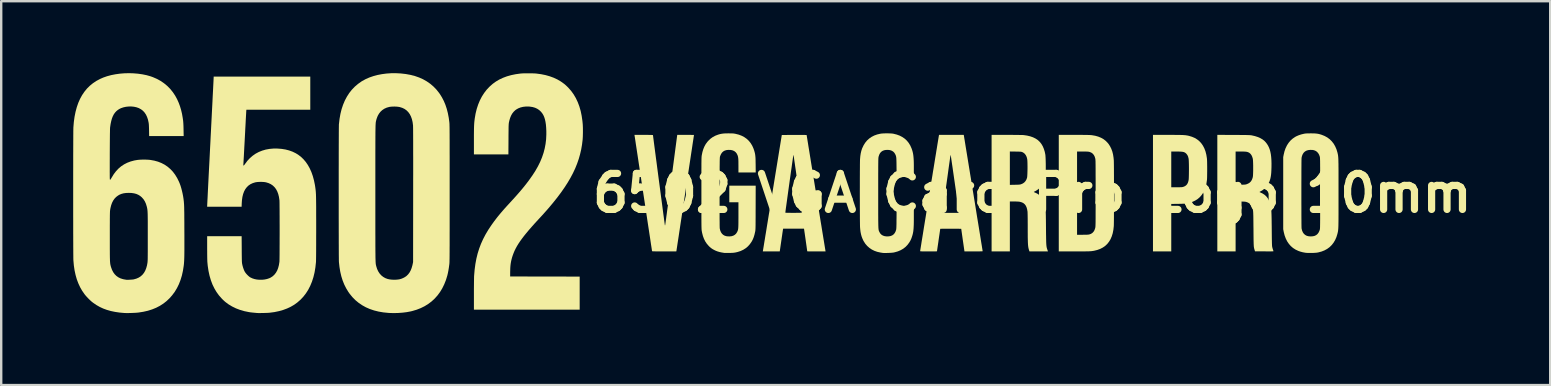
<source format=kicad_pcb>
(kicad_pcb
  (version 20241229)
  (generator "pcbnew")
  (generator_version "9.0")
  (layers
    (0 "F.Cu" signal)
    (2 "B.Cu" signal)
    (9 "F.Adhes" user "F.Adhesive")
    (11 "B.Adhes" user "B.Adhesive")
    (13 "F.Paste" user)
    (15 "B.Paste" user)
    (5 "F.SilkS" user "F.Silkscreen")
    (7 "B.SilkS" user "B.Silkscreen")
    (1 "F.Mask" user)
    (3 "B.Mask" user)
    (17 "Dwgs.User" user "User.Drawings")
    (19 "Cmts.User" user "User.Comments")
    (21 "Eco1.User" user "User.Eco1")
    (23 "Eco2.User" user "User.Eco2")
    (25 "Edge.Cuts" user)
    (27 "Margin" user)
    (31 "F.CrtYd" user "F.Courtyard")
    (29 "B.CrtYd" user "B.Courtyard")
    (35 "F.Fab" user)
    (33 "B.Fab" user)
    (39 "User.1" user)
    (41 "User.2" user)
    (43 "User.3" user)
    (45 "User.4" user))
  (footprint "6502 VGA Card Pro Logo 10mm"
    (layer "F.Cu")
    (at 39.974 5)
    (property "Reference" "6502 VGA Card Pro Logo 10mm" (at 0 0 0) (layer "F.SilkS") (effects (font (size 1.5 1.5) (thickness 0.3))))
    (attr board_only exclude_from_pos_files exclude_from_bom)
    (fp_poly (pts (xy 5.654 -2.428) (xy 5.781 -2.428) (xy 5.892 -2.428) (xy 5.989 -2.427) (xy 6.074 -2.427) (xy 6.146 -2.426) (xy 6.209 -2.424) (xy 6.263 -2.423) (xy 6.309 -2.42) (xy 6.35 -2.417) (xy 6.386 -2.414) (xy 6.418 -2.409) (xy 6.449 -2.404) (xy 6.479 -2.399) (xy 6.51 -2.392) (xy 6.531 -2.387) (xy 6.656 -2.349) (xy 6.771 -2.3) (xy 6.874 -2.237) (xy 6.965 -2.163) (xy 7.045 -2.076) (xy 7.114 -1.976) (xy 7.172 -1.864) (xy 7.219 -1.739) (xy 7.254 -1.601) (xy 7.278 -1.451) (xy 7.28 -1.428) (xy 7.282 -1.402) (xy 7.284 -1.36) (xy 7.286 -1.307) (xy 7.287 -1.244) (xy 7.288 -1.173) (xy 7.289 -1.096) (xy 7.289 -1.017) (xy 7.289 -0.99) (xy 7.289 -0.91) (xy 7.288 -0.833) (xy 7.287 -0.76) (xy 7.286 -0.693) (xy 7.285 -0.636) (xy 7.283 -0.591) (xy 7.281 -0.559) (xy 7.28 -0.552) (xy 7.258 -0.4) (xy 7.225 -0.261) (xy 7.18 -0.135) (xy 7.125 -0.021) (xy 7.058 0.08) (xy 6.98 0.169) (xy 6.891 0.245) (xy 6.79 0.309) (xy 6.678 0.361) (xy 6.6 0.388) (xy 6.553 0.402) (xy 6.51 0.413) (xy 6.468 0.422) (xy 6.424 0.43) (xy 6.377 0.435) (xy 6.323 0.439) (xy 6.261 0.442) (xy 6.187 0.444) (xy 6.099 0.446) (xy 6.073 0.446) (xy 5.792 0.45) (xy 5.792 1.439) (xy 5.792 2.428) (xy 5.411 2.428) (xy 5.03 2.428) (xy 5.03 0) (xy 5.03 -0.99) (xy 5.792 -0.99) (xy 5.792 -0.245) (xy 6.015 -0.245) (xy 6.084 -0.245) (xy 6.139 -0.246) (xy 6.181 -0.247) (xy 6.214 -0.248) (xy 6.24 -0.251) (xy 6.261 -0.254) (xy 6.279 -0.258) (xy 6.292 -0.262) (xy 6.357 -0.288) (xy 6.409 -0.324) (xy 6.451 -0.37) (xy 6.483 -0.429) (xy 6.506 -0.5) (xy 6.515 -0.544) (xy 6.519 -0.573) (xy 6.522 -0.616) (xy 6.524 -0.672) (xy 6.526 -0.738) (xy 6.527 -0.811) (xy 6.528 -0.89) (xy 6.529 -0.971) (xy 6.529 -1.053) (xy 6.528 -1.133) (xy 6.527 -1.209) (xy 6.525 -1.279) (xy 6.523 -1.34) (xy 6.52 -1.389) (xy 6.517 -1.426) (xy 6.515 -1.437) (xy 6.495 -1.518) (xy 6.465 -1.585) (xy 6.425 -1.638) (xy 6.424 -1.64) (xy 6.397 -1.665) (xy 6.371 -1.685) (xy 6.342 -1.701) (xy 6.309 -1.713) (xy 6.269 -1.722) (xy 6.22 -1.728) (xy 6.16 -1.732) (xy 6.088 -1.734) (xy 6.008 -1.735) (xy 5.792 -1.735) (xy 5.792 -0.99) (xy 5.03 -0.99) (xy 5.03 -2.428)) (stroke (width 0) (type solid)) (fill yes) (layer "F.SilkS"))
    (fp_poly (pts (xy 1.867 -2.428) (xy 1.978 -2.428) (xy 2.073 -2.428) (xy 2.156 -2.427) (xy 2.227 -2.426) (xy 2.287 -2.426) (xy 2.337 -2.424) (xy 2.38 -2.423) (xy 2.415 -2.421) (xy 2.444 -2.419) (xy 2.469 -2.417) (xy 2.48 -2.416) (xy 2.621 -2.392) (xy 2.749 -2.356) (xy 2.865 -2.308) (xy 2.97 -2.249) (xy 3.063 -2.177) (xy 3.144 -2.093) (xy 3.174 -2.056) (xy 3.238 -1.959) (xy 3.291 -1.854) (xy 3.334 -1.739) (xy 3.366 -1.613) (xy 3.387 -1.476) (xy 3.397 -1.373) (xy 3.398 -1.348) (xy 3.399 -1.306) (xy 3.4 -1.248) (xy 3.401 -1.176) (xy 3.402 -1.09) (xy 3.403 -0.991) (xy 3.403 -0.879) (xy 3.404 -0.756) (xy 3.404 -0.621) (xy 3.405 -0.477) (xy 3.405 -0.323) (xy 3.405 -0.16) (xy 3.405 0) (xy 3.405 0.17) (xy 3.405 0.332) (xy 3.405 0.486) (xy 3.404 0.63) (xy 3.404 0.763) (xy 3.403 0.886) (xy 3.403 0.997) (xy 3.402 1.096) (xy 3.401 1.181) (xy 3.4 1.252) (xy 3.399 1.309) (xy 3.398 1.35) (xy 3.397 1.373) (xy 3.38 1.528) (xy 3.352 1.671) (xy 3.312 1.801) (xy 3.261 1.919) (xy 3.198 2.024) (xy 3.124 2.118) (xy 3.038 2.199) (xy 2.94 2.267) (xy 2.83 2.324) (xy 2.709 2.368) (xy 2.576 2.401) (xy 2.48 2.416) (xy 2.457 2.418) (xy 2.43 2.42) (xy 2.398 2.422) (xy 2.359 2.424) (xy 2.313 2.425) (xy 2.258 2.426) (xy 2.193 2.427) (xy 2.116 2.427) (xy 2.027 2.428) (xy 1.924 2.428) (xy 1.806 2.428) (xy 1.741 2.428) (xy 1.104 2.428) (xy 1.104 0) (xy 1.866 0) (xy 1.866 1.735) (xy 2.095 1.735) (xy 2.17 1.734) (xy 2.229 1.734) (xy 2.277 1.732) (xy 2.314 1.73) (xy 2.342 1.727) (xy 2.365 1.724) (xy 2.376 1.721) (xy 2.446 1.696) (xy 2.505 1.658) (xy 2.553 1.608) (xy 2.591 1.545) (xy 2.618 1.469) (xy 2.625 1.441) (xy 2.627 1.431) (xy 2.629 1.42) (xy 2.63 1.407) (xy 2.632 1.391) (xy 2.633 1.371) (xy 2.634 1.346) (xy 2.635 1.316) (xy 2.636 1.28) (xy 2.637 1.236) (xy 2.638 1.185) (xy 2.638 1.125) (xy 2.639 1.055) (xy 2.639 0.976) (xy 2.639 0.885) (xy 2.639 0.782) (xy 2.64 0.667) (xy 2.64 0.538) (xy 2.64 0.395) (xy 2.64 0.237) (xy 2.64 0.064) (xy 2.64 0) (xy 2.64 -0.179) (xy 2.64 -0.343) (xy 2.64 -0.491) (xy 2.64 -0.624) (xy 2.639 -0.744) (xy 2.639 -0.851) (xy 2.639 -0.946) (xy 2.639 -1.029) (xy 2.638 -1.102) (xy 2.638 -1.165) (xy 2.637 -1.219) (xy 2.636 -1.265) (xy 2.636 -1.304) (xy 2.635 -1.336) (xy 2.633 -1.363) (xy 2.632 -1.385) (xy 2.631 -1.402) (xy 2.629 -1.416) (xy 2.628 -1.428) (xy 2.626 -1.438) (xy 2.625 -1.441) (xy 2.601 -1.522) (xy 2.566 -1.589) (xy 2.522 -1.643) (xy 2.467 -1.685) (xy 2.4 -1.714) (xy 2.376 -1.721) (xy 2.356 -1.725) (xy 2.331 -1.729) (xy 2.299 -1.731) (xy 2.258 -1.733) (xy 2.205 -1.734) (xy 2.139 -1.734) (xy 2.095 -1.735) (xy 1.866 -1.735) (xy 1.866 0) (xy 1.104 0) (xy 1.104 -2.428) (xy 1.741 -2.428)) (stroke (width 0) (type solid)) (fill yes) (layer "F.SilkS"))
    (fp_poly (pts (xy -16.101 -2.428) (xy -16.022 -2.428) (xy -15.958 -2.427) (xy -15.907 -2.427) (xy -15.868 -2.425) (xy -15.84 -2.424) (xy -15.822 -2.422) (xy -15.812 -2.42) (xy -15.81 -2.418) (xy -15.809 -2.408) (xy -15.805 -2.383) (xy -15.8 -2.342) (xy -15.793 -2.288) (xy -15.784 -2.221) (xy -15.774 -2.141) (xy -15.762 -2.05) (xy -15.749 -1.949) (xy -15.734 -1.838) (xy -15.719 -1.719) (xy -15.702 -1.593) (xy -15.685 -1.46) (xy -15.666 -1.321) (xy -15.647 -1.177) (xy -15.628 -1.029) (xy -15.608 -0.879) (xy -15.588 -0.726) (xy -15.568 -0.573) (xy -15.547 -0.419) (xy -15.527 -0.265) (xy -15.507 -0.114) (xy -15.487 0.035) (xy -15.468 0.18) (xy -15.449 0.321) (xy -15.431 0.457) (xy -15.414 0.587) (xy -15.398 0.709) (xy -15.383 0.823) (xy -15.369 0.928) (xy -15.356 1.023) (xy -15.345 1.108) (xy -15.335 1.18) (xy -15.327 1.24) (xy -15.32 1.286) (xy -15.316 1.318) (xy -15.314 1.334) (xy -15.313 1.336) (xy -15.307 1.343) (xy -15.303 1.34) (xy -15.301 1.331) (xy -15.297 1.306) (xy -15.291 1.266) (xy -15.283 1.211) (xy -15.274 1.143) (xy -15.262 1.061) (xy -15.25 0.967) (xy -15.235 0.862) (xy -15.22 0.746) (xy -15.203 0.62) (xy -15.184 0.485) (xy -15.165 0.341) (xy -15.145 0.189) (xy -15.124 0.031) (xy -15.102 -0.134) (xy -15.079 -0.304) (xy -15.056 -0.479) (xy -15.047 -0.548) (xy -14.798 -2.428) (xy -14.449 -2.428) (xy -14.374 -2.428) (xy -14.305 -2.428) (xy -14.243 -2.428) (xy -14.19 -2.427) (xy -14.147 -2.427) (xy -14.117 -2.426) (xy -14.102 -2.426) (xy -14.1 -2.425) (xy -14.102 -2.416) (xy -14.105 -2.392) (xy -14.111 -2.352) (xy -14.119 -2.298) (xy -14.129 -2.23) (xy -14.142 -2.149) (xy -14.156 -2.057) (xy -14.171 -1.954) (xy -14.188 -1.84) (xy -14.207 -1.717) (xy -14.227 -1.585) (xy -14.248 -1.445) (xy -14.27 -1.299) (xy -14.293 -1.146) (xy -14.317 -0.987) (xy -14.342 -0.824) (xy -14.367 -0.657) (xy -14.393 -0.487) (xy -14.419 -0.315) (xy -14.445 -0.141) (xy -14.472 0.033) (xy -14.498 0.207) (xy -14.524 0.38) (xy -14.55 0.552) (xy -14.576 0.72) (xy -14.601 0.885) (xy -14.625 1.046) (xy -14.649 1.202) (xy -14.672 1.353) (xy -14.693 1.496) (xy -14.714 1.632) (xy -14.733 1.76) (xy -14.751 1.879) (xy -14.768 1.988) (xy -14.783 2.086) (xy -14.796 2.173) (xy -14.807 2.247) (xy -14.817 2.309) (xy -14.824 2.356) (xy -14.829 2.389) (xy -14.832 2.407) (xy -14.832 2.409) (xy -14.837 2.428) (xy -15.34 2.428) (xy -15.45 2.428) (xy -15.543 2.428) (xy -15.622 2.428) (xy -15.687 2.427) (xy -15.739 2.426) (xy -15.78 2.425) (xy -15.81 2.424) (xy -15.83 2.422) (xy -15.842 2.42) (xy -15.847 2.418) (xy -15.847 2.418) (xy -15.849 2.409) (xy -15.853 2.383) (xy -15.859 2.343) (xy -15.867 2.287) (xy -15.878 2.218) (xy -15.891 2.135) (xy -15.905 2.04) (xy -15.921 1.932) (xy -15.939 1.813) (xy -15.959 1.683) (xy -15.98 1.543) (xy -16.003 1.394) (xy -16.027 1.236) (xy -16.052 1.07) (xy -16.078 0.897) (xy -16.105 0.717) (xy -16.133 0.531) (xy -16.162 0.339) (xy -16.192 0.143) (xy -16.211 0.017) (xy -16.241 -0.182) (xy -16.271 -0.377) (xy -16.299 -0.567) (xy -16.327 -0.752) (xy -16.354 -0.93) (xy -16.38 -1.102) (xy -16.405 -1.266) (xy -16.428 -1.421) (xy -16.45 -1.568) (xy -16.471 -1.705) (xy -16.49 -1.832) (xy -16.508 -1.948) (xy -16.524 -2.052) (xy -16.537 -2.144) (xy -16.549 -2.223) (xy -16.559 -2.288) (xy -16.567 -2.34) (xy -16.573 -2.376) (xy -16.576 -2.396) (xy -16.576 -2.401) (xy -16.581 -2.428) (xy -16.195 -2.428)) (stroke (width 0) (type solid)) (fill yes) (layer "F.SilkS"))
    (fp_poly (pts (xy -0.952 -2.428) (xy -0.841 -2.428) (xy -0.738 -2.427) (xy -0.645 -2.426) (xy -0.563 -2.425) (xy -0.492 -2.424) (xy -0.435 -2.423) (xy -0.392 -2.422) (xy -0.365 -2.42) (xy -0.361 -2.42) (xy -0.217 -2.399) (xy -0.087 -2.368) (xy 0.031 -2.327) (xy 0.135 -2.276) (xy 0.227 -2.214) (xy 0.308 -2.14) (xy 0.377 -2.054) (xy 0.435 -1.957) (xy 0.482 -1.846) (xy 0.52 -1.723) (xy 0.542 -1.616) (xy 0.547 -1.583) (xy 0.55 -1.536) (xy 0.554 -1.476) (xy 0.557 -1.408) (xy 0.559 -1.333) (xy 0.561 -1.254) (xy 0.562 -1.174) (xy 0.562 -1.095) (xy 0.562 -1.019) (xy 0.561 -0.95) (xy 0.559 -0.889) (xy 0.556 -0.84) (xy 0.555 -0.823) (xy 0.535 -0.688) (xy 0.505 -0.564) (xy 0.464 -0.451) (xy 0.413 -0.351) (xy 0.351 -0.263) (xy 0.289 -0.197) (xy 0.253 -0.167) (xy 0.21 -0.136) (xy 0.165 -0.106) (xy 0.123 -0.083) (xy 0.098 -0.071) (xy 0.078 -0.061) (xy 0.066 -0.052) (xy 0.065 -0.049) (xy 0.074 -0.042) (xy 0.094 -0.032) (xy 0.123 -0.019) (xy 0.129 -0.017) (xy 0.213 0.024) (xy 0.286 0.073) (xy 0.349 0.133) (xy 0.404 0.204) (xy 0.45 0.288) (xy 0.489 0.386) (xy 0.516 0.477) (xy 0.524 0.508) (xy 0.532 0.538) (xy 0.538 0.567) (xy 0.543 0.597) (xy 0.548 0.63) (xy 0.552 0.665) (xy 0.556 0.705) (xy 0.559 0.751) (xy 0.561 0.804) (xy 0.563 0.866) (xy 0.565 0.937) (xy 0.566 1.019) (xy 0.568 1.113) (xy 0.569 1.221) (xy 0.57 1.344) (xy 0.571 1.438) (xy 0.572 1.571) (xy 0.573 1.688) (xy 0.575 1.791) (xy 0.576 1.88) (xy 0.578 1.957) (xy 0.579 2.023) (xy 0.581 2.08) (xy 0.584 2.128) (xy 0.587 2.169) (xy 0.591 2.204) (xy 0.595 2.235) (xy 0.6 2.262) (xy 0.606 2.286) (xy 0.612 2.309) (xy 0.62 2.333) (xy 0.628 2.358) (xy 0.629 2.359) (xy 0.653 2.428) (xy 0.267 2.428) (xy -0.119 2.428) (xy -0.137 2.371) (xy -0.146 2.341) (xy -0.154 2.31) (xy -0.161 2.279) (xy -0.167 2.245) (xy -0.172 2.207) (xy -0.177 2.164) (xy -0.18 2.114) (xy -0.183 2.058) (xy -0.185 1.992) (xy -0.187 1.917) (xy -0.189 1.83) (xy -0.189 1.731) (xy -0.19 1.618) (xy -0.19 1.49) (xy -0.19 1.409) (xy -0.19 1.31) (xy -0.191 1.214) (xy -0.191 1.123) (xy -0.192 1.039) (xy -0.193 0.963) (xy -0.194 0.898) (xy -0.196 0.843) (xy -0.197 0.802) (xy -0.198 0.775) (xy -0.199 0.77) (xy -0.215 0.673) (xy -0.239 0.59) (xy -0.272 0.52) (xy -0.314 0.464) (xy -0.367 0.419) (xy -0.43 0.386) (xy -0.504 0.364) (xy -0.528 0.359) (xy -0.564 0.354) (xy -0.615 0.351) (xy -0.677 0.348) (xy -0.748 0.347) (xy -0.764 0.347) (xy -0.935 0.347) (xy -0.935 1.388) (xy -0.935 2.428) (xy -1.316 2.428) (xy -1.696 2.428) (xy -1.696 0) (xy -1.696 -1.04) (xy -0.935 -1.04) (xy -0.935 -0.345) (xy -0.73 -0.349) (xy -0.663 -0.35) (xy -0.61 -0.352) (xy -0.569 -0.354) (xy -0.538 -0.356) (xy -0.513 -0.36) (xy -0.492 -0.364) (xy -0.473 -0.37) (xy -0.472 -0.37) (xy -0.398 -0.401) (xy -0.337 -0.443) (xy -0.288 -0.496) (xy -0.248 -0.561) (xy -0.219 -0.639) (xy -0.215 -0.664) (xy -0.21 -0.704) (xy -0.207 -0.756) (xy -0.204 -0.817) (xy -0.202 -0.886) (xy -0.2 -0.959) (xy -0.199 -1.035) (xy -0.199 -1.111) (xy -0.2 -1.184) (xy -0.201 -1.253) (xy -0.203 -1.314) (xy -0.206 -1.366) (xy -0.21 -1.406) (xy -0.212 -1.42) (xy -0.233 -1.504) (xy -0.266 -1.575) (xy -0.308 -1.635) (xy -0.361 -1.68) (xy -0.417 -1.711) (xy -0.432 -1.716) (xy -0.447 -1.721) (xy -0.465 -1.724) (xy -0.486 -1.727) (xy -0.515 -1.729) (xy -0.552 -1.73) (xy -0.601 -1.731) (xy -0.663 -1.732) (xy -0.7 -1.733) (xy -0.935 -1.736) (xy -0.935 -1.04) (xy -1.696 -1.04) (xy -1.696 -2.428) (xy -1.07 -2.428)) (stroke (width 0) (type solid)) (fill yes) (layer "F.SilkS"))
    (fp_poly (pts (xy -9.61 -2.426) (xy -9.538 -2.426) (xy -9.482 -2.425) (xy -9.441 -2.424) (xy -9.416 -2.422) (xy -9.405 -2.42) (xy -9.404 -2.42) (xy -9.403 -2.411) (xy -9.399 -2.386) (xy -9.393 -2.346) (xy -9.384 -2.292) (xy -9.373 -2.225) (xy -9.36 -2.144) (xy -9.345 -2.052) (xy -9.329 -1.949) (xy -9.31 -1.835) (xy -9.29 -1.713) (xy -9.269 -1.581) (xy -9.246 -1.442) (xy -9.223 -1.295) (xy -9.198 -1.142) (xy -9.172 -0.984) (xy -9.146 -0.821) (xy -9.119 -0.655) (xy -9.091 -0.485) (xy -9.063 -0.313) (xy -9.035 -0.14) (xy -9.007 0.034) (xy -8.978 0.207) (xy -8.95 0.38) (xy -8.923 0.551) (xy -8.895 0.719) (xy -8.868 0.884) (xy -8.842 1.045) (xy -8.817 1.2) (xy -8.792 1.35) (xy -8.769 1.493) (xy -8.747 1.629) (xy -8.726 1.756) (xy -8.707 1.874) (xy -8.689 1.983) (xy -8.673 2.081) (xy -8.659 2.167) (xy -8.647 2.241) (xy -8.637 2.302) (xy -8.629 2.349) (xy -8.624 2.382) (xy -8.621 2.399) (xy -8.621 2.401) (xy -8.616 2.428) (xy -8.997 2.428) (xy -9.076 2.428) (xy -9.149 2.428) (xy -9.215 2.428) (xy -9.272 2.427) (xy -9.319 2.427) (xy -9.353 2.426) (xy -9.374 2.425) (xy -9.379 2.425) (xy -9.38 2.416) (xy -9.384 2.392) (xy -9.389 2.354) (xy -9.396 2.306) (xy -9.404 2.249) (xy -9.413 2.184) (xy -9.423 2.114) (xy -9.434 2.039) (xy -9.444 1.964) (xy -9.455 1.888) (xy -9.466 1.814) (xy -9.476 1.744) (xy -9.485 1.679) (xy -9.494 1.622) (xy -9.5 1.575) (xy -9.506 1.539) (xy -9.509 1.516) (xy -9.51 1.508) (xy -9.515 1.481) (xy -9.95 1.481) (xy -10.384 1.481) (xy -10.388 1.5) (xy -10.39 1.512) (xy -10.395 1.538) (xy -10.401 1.579) (xy -10.409 1.631) (xy -10.418 1.694) (xy -10.428 1.765) (xy -10.44 1.844) (xy -10.452 1.928) (xy -10.459 1.974) (xy -10.525 2.428) (xy -10.878 2.428) (xy -11.232 2.428) (xy -11.227 2.405) (xy -11.225 2.395) (xy -11.221 2.369) (xy -11.214 2.327) (xy -11.205 2.271) (xy -11.193 2.2) (xy -11.18 2.117) (xy -11.164 2.02) (xy -11.146 1.912) (xy -11.127 1.792) (xy -11.105 1.662) (xy -11.082 1.521) (xy -11.058 1.371) (xy -11.032 1.213) (xy -11.005 1.046) (xy -10.977 0.872) (xy -10.966 0.809) (xy -10.293 0.809) (xy -10.293 0.809) (xy -10.291 0.812) (xy -10.283 0.814) (xy -10.269 0.816) (xy -10.246 0.818) (xy -10.214 0.819) (xy -10.171 0.82) (xy -10.116 0.82) (xy -10.046 0.821) (xy -9.961 0.821) (xy -9.95 0.821) (xy -9.876 0.821) (xy -9.807 0.82) (xy -9.746 0.819) (xy -9.693 0.819) (xy -9.652 0.817) (xy -9.623 0.816) (xy -9.609 0.815) (xy -9.608 0.814) (xy -9.609 0.804) (xy -9.612 0.778) (xy -9.618 0.738) (xy -9.625 0.684) (xy -9.634 0.619) (xy -9.645 0.542) (xy -9.657 0.456) (xy -9.671 0.361) (xy -9.685 0.259) (xy -9.7 0.151) (xy -9.717 0.037) (xy -9.733 -0.081) (xy -9.751 -0.201) (xy -9.768 -0.323) (xy -9.785 -0.446) (xy -9.803 -0.568) (xy -9.82 -0.688) (xy -9.837 -0.806) (xy -9.853 -0.919) (xy -9.869 -1.028) (xy -9.884 -1.13) (xy -9.897 -1.224) (xy -9.91 -1.31) (xy -9.921 -1.386) (xy -9.93 -1.452) (xy -9.938 -1.505) (xy -9.944 -1.545) (xy -9.948 -1.57) (xy -9.95 -1.58) (xy -9.95 -1.581) (xy -9.959 -1.581) (xy -9.959 -1.58) (xy -9.961 -1.572) (xy -9.964 -1.547) (xy -9.97 -1.509) (xy -9.978 -1.457) (xy -9.987 -1.392) (xy -9.998 -1.317) (xy -10.01 -1.232) (xy -10.023 -1.138) (xy -10.037 -1.037) (xy -10.053 -0.929) (xy -10.069 -0.816) (xy -10.085 -0.699) (xy -10.102 -0.579) (xy -10.119 -0.457) (xy -10.136 -0.334) (xy -10.153 -0.212) (xy -10.17 -0.092) (xy -10.186 0.026) (xy -10.202 0.14) (xy -10.217 0.249) (xy -10.231 0.351) (xy -10.244 0.446) (xy -10.256 0.533) (xy -10.267 0.61) (xy -10.276 0.676) (xy -10.283 0.73) (xy -10.288 0.771) (xy -10.292 0.797) (xy -10.293 0.809) (xy -10.966 0.809) (xy -10.947 0.692) (xy -10.917 0.505) (xy -10.886 0.313) (xy -10.854 0.116) (xy -10.831 -0.021) (xy -10.44 -2.424) (xy -9.922 -2.426) (xy -9.802 -2.427) (xy -9.697 -2.427)) (stroke (width 0) (type solid)) (fill yes) (layer "F.SilkS"))
    (fp_poly (pts (xy 8.387 -2.426) (xy 8.512 -2.426) (xy 8.622 -2.425) (xy 8.717 -2.424) (xy 8.798 -2.424) (xy 8.868 -2.423) (xy 8.927 -2.422) (xy 8.976 -2.421) (xy 9.017 -2.419) (xy 9.05 -2.418) (xy 9.078 -2.416) (xy 9.101 -2.414) (xy 9.12 -2.412) (xy 9.137 -2.409) (xy 9.142 -2.409) (xy 9.278 -2.378) (xy 9.4 -2.339) (xy 9.508 -2.291) (xy 9.603 -2.235) (xy 9.683 -2.169) (xy 9.731 -2.118) (xy 9.783 -2.05) (xy 9.828 -1.977) (xy 9.866 -1.899) (xy 9.898 -1.814) (xy 9.923 -1.721) (xy 9.943 -1.619) (xy 9.957 -1.505) (xy 9.966 -1.38) (xy 9.97 -1.241) (xy 9.969 -1.087) (xy 9.968 -1.053) (xy 9.964 -0.942) (xy 9.959 -0.845) (xy 9.95 -0.76) (xy 9.939 -0.685) (xy 9.925 -0.616) (xy 9.907 -0.551) (xy 9.885 -0.489) (xy 9.878 -0.471) (xy 9.829 -0.373) (xy 9.767 -0.282) (xy 9.694 -0.202) (xy 9.61 -0.133) (xy 9.518 -0.078) (xy 9.504 -0.071) (xy 9.481 -0.058) (xy 9.474 -0.048) (xy 9.482 -0.039) (xy 9.495 -0.033) (xy 9.592 0.012) (xy 9.675 0.065) (xy 9.745 0.127) (xy 9.805 0.2) (xy 9.854 0.285) (xy 9.893 0.383) (xy 9.911 0.441) (xy 9.921 0.478) (xy 9.93 0.513) (xy 9.938 0.547) (xy 9.945 0.583) (xy 9.951 0.62) (xy 9.956 0.661) (xy 9.96 0.706) (xy 9.964 0.758) (xy 9.967 0.816) (xy 9.97 0.883) (xy 9.972 0.959) (xy 9.974 1.046) (xy 9.976 1.145) (xy 9.977 1.258) (xy 9.979 1.386) (xy 9.98 1.493) (xy 9.981 1.621) (xy 9.982 1.732) (xy 9.983 1.83) (xy 9.984 1.913) (xy 9.986 1.984) (xy 9.987 2.044) (xy 9.988 2.094) (xy 9.99 2.135) (xy 9.991 2.168) (xy 9.993 2.195) (xy 9.995 2.216) (xy 9.997 2.232) (xy 10 2.246) (xy 10 2.248) (xy 10.017 2.312) (xy 10.038 2.377) (xy 10.052 2.414) (xy 10.052 2.417) (xy 10.05 2.42) (xy 10.044 2.422) (xy 10.033 2.424) (xy 10.014 2.425) (xy 9.988 2.426) (xy 9.951 2.427) (xy 9.903 2.427) (xy 9.843 2.427) (xy 9.769 2.427) (xy 9.679 2.426) (xy 9.67 2.426) (xy 9.282 2.424) (xy 9.267 2.373) (xy 9.26 2.35) (xy 9.253 2.328) (xy 9.248 2.308) (xy 9.243 2.288) (xy 9.239 2.266) (xy 9.235 2.241) (xy 9.232 2.213) (xy 9.23 2.179) (xy 9.228 2.139) (xy 9.226 2.092) (xy 9.225 2.036) (xy 9.223 1.97) (xy 9.222 1.892) (xy 9.221 1.802) (xy 9.22 1.698) (xy 9.219 1.58) (xy 9.219 1.502) (xy 9.217 1.372) (xy 9.216 1.258) (xy 9.215 1.159) (xy 9.214 1.073) (xy 9.213 0.999) (xy 9.212 0.937) (xy 9.21 0.885) (xy 9.209 0.841) (xy 9.207 0.806) (xy 9.205 0.777) (xy 9.203 0.754) (xy 9.201 0.735) (xy 9.199 0.719) (xy 9.198 0.717) (xy 9.179 0.632) (xy 9.155 0.562) (xy 9.124 0.504) (xy 9.086 0.458) (xy 9.038 0.42) (xy 8.98 0.389) (xy 8.931 0.371) (xy 8.911 0.365) (xy 8.891 0.36) (xy 8.867 0.357) (xy 8.838 0.354) (xy 8.8 0.352) (xy 8.751 0.351) (xy 8.688 0.349) (xy 8.675 0.349) (xy 8.474 0.345) (xy 8.474 1.387) (xy 8.474 2.428) (xy 8.093 2.428) (xy 7.712 2.428) (xy 7.712 -0.000463) (xy 7.712 -1.04) (xy 8.474 -1.04) (xy 8.474 -0.345) (xy 8.675 -0.349) (xy 8.744 -0.351) (xy 8.799 -0.353) (xy 8.841 -0.355) (xy 8.874 -0.358) (xy 8.899 -0.362) (xy 8.919 -0.367) (xy 8.922 -0.368) (xy 8.998 -0.399) (xy 9.061 -0.439) (xy 9.112 -0.49) (xy 9.151 -0.553) (xy 9.18 -0.629) (xy 9.19 -0.668) (xy 9.195 -0.698) (xy 9.199 -0.742) (xy 9.202 -0.797) (xy 9.204 -0.862) (xy 9.206 -0.933) (xy 9.206 -1.009) (xy 9.206 -1.086) (xy 9.206 -1.161) (xy 9.204 -1.233) (xy 9.202 -1.299) (xy 9.199 -1.356) (xy 9.195 -1.401) (xy 9.191 -1.433) (xy 9.191 -1.433) (xy 9.167 -1.514) (xy 9.135 -1.583) (xy 9.094 -1.638) (xy 9.046 -1.68) (xy 9.024 -1.692) (xy 8.998 -1.704) (xy 8.971 -1.714) (xy 8.942 -1.722) (xy 8.907 -1.727) (xy 8.865 -1.731) (xy 8.814 -1.733) (xy 8.75 -1.734) (xy 8.683 -1.735) (xy 8.474 -1.735) (xy 8.474 -1.04) (xy 7.712 -1.04) (xy 7.712 -2.429)) (stroke (width 0) (type solid)) (fill yes) (layer "F.SilkS"))
    (fp_poly (pts (xy -2.852 -2.405) (xy -2.85 -2.394) (xy -2.846 -2.367) (xy -2.839 -2.325) (xy -2.83 -2.269) (xy -2.818 -2.199) (xy -2.805 -2.117) (xy -2.79 -2.024) (xy -2.773 -1.919) (xy -2.754 -1.804) (xy -2.734 -1.68) (xy -2.712 -1.547) (xy -2.689 -1.406) (xy -2.665 -1.259) (xy -2.64 -1.105) (xy -2.614 -0.946) (xy -2.588 -0.783) (xy -2.56 -0.616) (xy -2.533 -0.445) (xy -2.505 -0.273) (xy -2.477 -0.1) (xy -2.448 0.074) (xy -2.42 0.248) (xy -2.392 0.42) (xy -2.364 0.591) (xy -2.337 0.759) (xy -2.311 0.923) (xy -2.285 1.083) (xy -2.259 1.238) (xy -2.235 1.387) (xy -2.212 1.529) (xy -2.19 1.664) (xy -2.17 1.79) (xy -2.151 1.907) (xy -2.134 2.014) (xy -2.118 2.111) (xy -2.104 2.195) (xy -2.093 2.268) (xy -2.083 2.327) (xy -2.076 2.372) (xy -2.071 2.403) (xy -2.069 2.417) (xy -2.069 2.419) (xy -2.074 2.421) (xy -2.09 2.423) (xy -2.118 2.425) (xy -2.159 2.426) (xy -2.214 2.427) (xy -2.283 2.428) (xy -2.368 2.428) (xy -2.448 2.428) (xy -2.827 2.428) (xy -2.895 1.957) (xy -2.962 1.485) (xy -3.4 1.483) (xy -3.487 1.482) (xy -3.569 1.482) (xy -3.642 1.483) (xy -3.706 1.483) (xy -3.758 1.484) (xy -3.799 1.485) (xy -3.825 1.486) (xy -3.837 1.488) (xy -3.837 1.488) (xy -3.838 1.498) (xy -3.842 1.522) (xy -3.847 1.561) (xy -3.854 1.611) (xy -3.863 1.672) (xy -3.873 1.742) (xy -3.885 1.82) (xy -3.897 1.904) (xy -3.905 1.958) (xy -3.917 2.045) (xy -3.929 2.126) (xy -3.94 2.201) (xy -3.95 2.267) (xy -3.958 2.324) (xy -3.965 2.369) (xy -3.969 2.402) (xy -3.972 2.421) (xy -3.972 2.425) (xy -3.981 2.425) (xy -4.004 2.426) (xy -4.041 2.427) (xy -4.089 2.427) (xy -4.147 2.428) (xy -4.214 2.428) (xy -4.287 2.428) (xy -4.324 2.428) (xy -4.411 2.428) (xy -4.483 2.428) (xy -4.541 2.428) (xy -4.587 2.427) (xy -4.621 2.426) (xy -4.645 2.424) (xy -4.661 2.423) (xy -4.671 2.42) (xy -4.674 2.417) (xy -4.675 2.416) (xy -4.673 2.407) (xy -4.669 2.382) (xy -4.663 2.342) (xy -4.654 2.287) (xy -4.643 2.22) (xy -4.63 2.139) (xy -4.616 2.047) (xy -4.599 1.943) (xy -4.58 1.829) (xy -4.56 1.706) (xy -4.539 1.574) (xy -4.517 1.435) (xy -4.493 1.288) (xy -4.468 1.135) (xy -4.442 0.977) (xy -4.417 0.821) (xy -3.746 0.821) (xy -3.402 0.821) (xy -3.059 0.821) (xy -3.059 0.802) (xy -3.06 0.789) (xy -3.064 0.762) (xy -3.069 0.72) (xy -3.077 0.665) (xy -3.086 0.599) (xy -3.097 0.521) (xy -3.109 0.434) (xy -3.122 0.339) (xy -3.137 0.236) (xy -3.152 0.127) (xy -3.168 0.013) (xy -3.185 -0.105) (xy -3.202 -0.225) (xy -3.22 -0.347) (xy -3.237 -0.47) (xy -3.255 -0.591) (xy -3.272 -0.711) (xy -3.289 -0.828) (xy -3.305 -0.94) (xy -3.32 -1.047) (xy -3.335 -1.148) (xy -3.349 -1.241) (xy -3.361 -1.325) (xy -3.372 -1.399) (xy -3.381 -1.462) (xy -3.389 -1.512) (xy -3.395 -1.55) (xy -3.398 -1.572) (xy -3.4 -1.579) (xy -3.408 -1.582) (xy -3.409 -1.582) (xy -3.41 -1.573) (xy -3.414 -1.548) (xy -3.42 -1.509) (xy -3.428 -1.456) (xy -3.437 -1.39) (xy -3.448 -1.312) (xy -3.461 -1.222) (xy -3.475 -1.123) (xy -3.49 -1.015) (xy -3.506 -0.898) (xy -3.523 -0.774) (xy -3.541 -0.644) (xy -3.56 -0.508) (xy -3.574 -0.406) (xy -3.594 -0.267) (xy -3.612 -0.132) (xy -3.63 -0.002) (xy -3.647 0.121) (xy -3.664 0.237) (xy -3.678 0.345) (xy -3.692 0.444) (xy -3.704 0.532) (xy -3.715 0.609) (xy -3.724 0.674) (xy -3.732 0.726) (xy -3.737 0.764) (xy -3.74 0.787) (xy -3.741 0.793) (xy -3.746 0.821) (xy -4.417 0.821) (xy -4.416 0.814) (xy -4.389 0.647) (xy -4.361 0.477) (xy -4.333 0.305) (xy -4.305 0.132) (xy -4.277 -0.042) (xy -4.249 -0.216) (xy -4.221 -0.388) (xy -4.193 -0.559) (xy -4.165 -0.727) (xy -4.139 -0.892) (xy -4.112 -1.053) (xy -4.087 -1.208) (xy -4.063 -1.358) (xy -4.04 -1.501) (xy -4.017 -1.636) (xy -3.997 -1.764) (xy -3.977 -1.882) (xy -3.96 -1.99) (xy -3.944 -2.088) (xy -3.93 -2.174) (xy -3.918 -2.247) (xy -3.908 -2.308) (xy -3.9 -2.355) (xy -3.895 -2.387) (xy -3.892 -2.403) (xy -3.891 -2.405) (xy -3.886 -2.428) (xy -3.372 -2.428) (xy -2.857 -2.428)) (stroke (width 0) (type solid)) (fill yes) (layer "F.SilkS"))
    (fp_poly (pts (xy -20.916 -4.995) (xy -20.841 -4.993) (xy -20.772 -4.991) (xy -20.714 -4.988) (xy -20.675 -4.985) (xy -20.474 -4.958) (xy -20.287 -4.92) (xy -20.111 -4.87) (xy -19.947 -4.81) (xy -19.793 -4.738) (xy -19.65 -4.654) (xy -19.515 -4.558) (xy -19.494 -4.541) (xy -19.463 -4.515) (xy -19.425 -4.48) (xy -19.384 -4.441) (xy -19.344 -4.401) (xy -19.333 -4.39) (xy -19.218 -4.259) (xy -19.115 -4.116) (xy -19.024 -3.961) (xy -18.945 -3.794) (xy -18.878 -3.616) (xy -18.823 -3.426) (xy -18.781 -3.223) (xy -18.75 -3.009) (xy -18.737 -2.877) (xy -18.733 -2.805) (xy -18.73 -2.721) (xy -18.729 -2.63) (xy -18.729 -2.536) (xy -18.731 -2.443) (xy -18.733 -2.355) (xy -18.738 -2.276) (xy -18.741 -2.229) (xy -18.766 -2.023) (xy -18.801 -1.821) (xy -18.847 -1.622) (xy -18.903 -1.425) (xy -18.971 -1.229) (xy -19.05 -1.033) (xy -19.142 -0.837) (xy -19.247 -0.639) (xy -19.364 -0.44) (xy -19.495 -0.237) (xy -19.64 -0.029) (xy -19.799 0.183) (xy -19.973 0.401) (xy -20.041 0.482) (xy -20.106 0.56) (xy -20.17 0.635) (xy -20.235 0.71) (xy -20.303 0.786) (xy -20.375 0.867) (xy -20.454 0.954) (xy -20.542 1.049) (xy -20.59 1.101) (xy -20.732 1.255) (xy -20.861 1.4) (xy -20.979 1.535) (xy -21.086 1.663) (xy -21.183 1.783) (xy -21.269 1.896) (xy -21.347 2.004) (xy -21.416 2.107) (xy -21.477 2.207) (xy -21.53 2.304) (xy -21.577 2.399) (xy -21.617 2.494) (xy -21.652 2.588) (xy -21.683 2.683) (xy -21.702 2.754) (xy -21.723 2.845) (xy -21.739 2.936) (xy -21.75 3.029) (xy -21.757 3.131) (xy -21.76 3.244) (xy -21.761 3.274) (xy -21.762 3.473) (xy -20.313 3.475) (xy -18.864 3.478) (xy -18.864 4.167) (xy -18.864 4.857) (xy -21.068 4.857) (xy -23.272 4.857) (xy -23.272 4.21) (xy -23.272 4.103) (xy -23.272 3.998) (xy -23.271 3.897) (xy -23.27 3.801) (xy -23.269 3.712) (xy -23.268 3.632) (xy -23.267 3.562) (xy -23.266 3.505) (xy -23.265 3.461) (xy -23.263 3.434) (xy -23.242 3.188) (xy -23.211 2.955) (xy -23.17 2.733) (xy -23.118 2.52) (xy -23.054 2.314) (xy -22.978 2.113) (xy -22.889 1.916) (xy -22.787 1.72) (xy -22.67 1.524) (xy -22.539 1.327) (xy -22.43 1.176) (xy -22.363 1.088) (xy -22.296 1.001) (xy -22.226 0.915) (xy -22.152 0.826) (xy -22.073 0.734) (xy -21.987 0.636) (xy -21.892 0.531) (xy -21.786 0.416) (xy -21.762 0.389) (xy -21.637 0.253) (xy -21.523 0.127) (xy -21.419 0.009) (xy -21.323 -0.103) (xy -21.233 -0.21) (xy -21.149 -0.314) (xy -21.068 -0.417) (xy -20.99 -0.52) (xy -20.971 -0.546) (xy -20.833 -0.741) (xy -20.71 -0.931) (xy -20.603 -1.119) (xy -20.511 -1.305) (xy -20.434 -1.49) (xy -20.371 -1.675) (xy -20.322 -1.862) (xy -20.286 -2.051) (xy -20.263 -2.244) (xy -20.254 -2.441) (xy -20.254 -2.589) (xy -20.261 -2.733) (xy -20.272 -2.862) (xy -20.29 -2.977) (xy -20.313 -3.08) (xy -20.342 -3.171) (xy -20.378 -3.252) (xy -20.421 -3.323) (xy -20.472 -3.387) (xy -20.48 -3.396) (xy -20.553 -3.464) (xy -20.635 -3.518) (xy -20.726 -3.56) (xy -20.827 -3.589) (xy -20.939 -3.606) (xy -20.988 -3.61) (xy -21.109 -3.61) (xy -21.224 -3.597) (xy -21.33 -3.571) (xy -21.427 -3.533) (xy -21.513 -3.483) (xy -21.55 -3.455) (xy -21.617 -3.391) (xy -21.675 -3.317) (xy -21.723 -3.232) (xy -21.763 -3.135) (xy -21.796 -3.023) (xy -21.81 -2.959) (xy -21.814 -2.942) (xy -21.816 -2.925) (xy -21.819 -2.906) (xy -21.821 -2.885) (xy -21.823 -2.86) (xy -21.824 -2.83) (xy -21.826 -2.794) (xy -21.827 -2.749) (xy -21.828 -2.695) (xy -21.828 -2.631) (xy -21.829 -2.556) (xy -21.83 -2.467) (xy -21.831 -2.364) (xy -21.831 -2.245) (xy -21.831 -2.244) (xy -21.835 -1.616) (xy -22.553 -1.616) (xy -23.272 -1.616) (xy -23.272 -2.19) (xy -23.272 -2.317) (xy -23.272 -2.429) (xy -23.271 -2.527) (xy -23.27 -2.614) (xy -23.269 -2.689) (xy -23.267 -2.756) (xy -23.265 -2.815) (xy -23.262 -2.869) (xy -23.259 -2.919) (xy -23.255 -2.966) (xy -23.25 -3.013) (xy -23.244 -3.06) (xy -23.238 -3.109) (xy -23.203 -3.313) (xy -23.156 -3.507) (xy -23.096 -3.691) (xy -23.025 -3.863) (xy -22.941 -4.025) (xy -22.845 -4.175) (xy -22.738 -4.314) (xy -22.619 -4.44) (xy -22.489 -4.555) (xy -22.358 -4.65) (xy -22.216 -4.734) (xy -22.063 -4.806) (xy -21.898 -4.868) (xy -21.721 -4.918) (xy -21.532 -4.957) (xy -21.33 -4.985) (xy -21.326 -4.985) (xy -21.28 -4.989) (xy -21.221 -4.992) (xy -21.151 -4.994) (xy -21.075 -4.995) (xy -20.995 -4.995)) (stroke (width 0) (type solid)) (fill yes) (layer "F.SilkS"))
    (fp_poly (pts (xy 11.691 -2.491) (xy 11.764 -2.489) (xy 11.827 -2.484) (xy 11.884 -2.477) (xy 11.938 -2.467) (xy 11.992 -2.453) (xy 12.05 -2.435) (xy 12.06 -2.432) (xy 12.182 -2.383) (xy 12.294 -2.322) (xy 12.394 -2.248) (xy 12.482 -2.161) (xy 12.559 -2.063) (xy 12.623 -1.953) (xy 12.676 -1.832) (xy 12.716 -1.701) (xy 12.722 -1.677) (xy 12.727 -1.655) (xy 12.732 -1.633) (xy 12.736 -1.612) (xy 12.741 -1.589) (xy 12.744 -1.566) (xy 12.747 -1.539) (xy 12.75 -1.51) (xy 12.753 -1.476) (xy 12.755 -1.437) (xy 12.757 -1.393) (xy 12.758 -1.342) (xy 12.759 -1.283) (xy 12.761 -1.217) (xy 12.761 -1.141) (xy 12.762 -1.056) (xy 12.763 -0.959) (xy 12.763 -0.852) (xy 12.763 -0.732) (xy 12.763 -0.599) (xy 12.763 -0.451) (xy 12.763 -0.289) (xy 12.763 -0.112) (xy 12.763 0) (xy 12.763 0.187) (xy 12.763 0.358) (xy 12.763 0.514) (xy 12.763 0.655) (xy 12.763 0.783) (xy 12.763 0.898) (xy 12.762 1.001) (xy 12.762 1.092) (xy 12.761 1.174) (xy 12.76 1.245) (xy 12.759 1.309) (xy 12.758 1.364) (xy 12.756 1.412) (xy 12.754 1.454) (xy 12.752 1.49) (xy 12.749 1.522) (xy 12.746 1.55) (xy 12.743 1.576) (xy 12.739 1.599) (xy 12.735 1.621) (xy 12.73 1.642) (xy 12.725 1.664) (xy 12.719 1.686) (xy 12.716 1.701) (xy 12.675 1.834) (xy 12.622 1.955) (xy 12.556 2.066) (xy 12.479 2.164) (xy 12.39 2.251) (xy 12.289 2.325) (xy 12.177 2.386) (xy 12.055 2.434) (xy 11.923 2.469) (xy 11.892 2.475) (xy 11.844 2.482) (xy 11.783 2.487) (xy 11.713 2.491) (xy 11.639 2.493) (xy 11.565 2.493) (xy 11.495 2.492) (xy 11.432 2.489) (xy 11.382 2.484) (xy 11.376 2.483) (xy 11.268 2.463) (xy 11.169 2.436) (xy 11.087 2.407) (xy 10.971 2.352) (xy 10.867 2.285) (xy 10.774 2.205) (xy 10.693 2.112) (xy 10.622 2.007) (xy 10.564 1.89) (xy 10.516 1.76) (xy 10.48 1.618) (xy 10.477 1.601) (xy 10.458 1.502) (xy 10.458 0) (xy 10.458 -0.02) (xy 11.215 -0.02) (xy 11.215 0) (xy 11.215 0.212) (xy 11.215 0.408) (xy 11.216 0.587) (xy 11.216 0.749) (xy 11.216 0.894) (xy 11.217 1.023) (xy 11.218 1.136) (xy 11.218 1.233) (xy 11.219 1.313) (xy 11.22 1.378) (xy 11.221 1.426) (xy 11.223 1.459) (xy 11.224 1.476) (xy 11.224 1.477) (xy 11.246 1.563) (xy 11.278 1.636) (xy 11.321 1.696) (xy 11.375 1.743) (xy 11.438 1.777) (xy 11.511 1.796) (xy 11.543 1.8) (xy 11.621 1.803) (xy 11.694 1.797) (xy 11.757 1.784) (xy 11.762 1.782) (xy 11.827 1.752) (xy 11.883 1.708) (xy 11.928 1.65) (xy 11.964 1.578) (xy 11.983 1.522) (xy 11.985 1.514) (xy 11.986 1.506) (xy 11.988 1.494) (xy 11.989 1.481) (xy 11.991 1.463) (xy 11.992 1.441) (xy 11.993 1.414) (xy 11.994 1.381) (xy 11.994 1.341) (xy 11.995 1.293) (xy 11.996 1.238) (xy 11.996 1.173) (xy 11.997 1.099) (xy 11.997 1.014) (xy 11.997 0.917) (xy 11.997 0.809) (xy 11.998 0.688) (xy 11.998 0.553) (xy 11.998 0.404) (xy 11.998 0.239) (xy 11.998 0.059) (xy 11.998 0) (xy 11.998 -0.185) (xy 11.998 -0.355) (xy 11.998 -0.509) (xy 11.998 -0.648) (xy 11.997 -0.773) (xy 11.997 -0.886) (xy 11.997 -0.986) (xy 11.997 -1.074) (xy 11.996 -1.152) (xy 11.996 -1.22) (xy 11.995 -1.278) (xy 11.995 -1.328) (xy 11.994 -1.37) (xy 11.993 -1.405) (xy 11.992 -1.434) (xy 11.991 -1.457) (xy 11.99 -1.476) (xy 11.988 -1.491) (xy 11.987 -1.503) (xy 11.985 -1.512) (xy 11.983 -1.52) (xy 11.983 -1.521) (xy 11.954 -1.602) (xy 11.914 -1.669) (xy 11.865 -1.723) (xy 11.806 -1.763) (xy 11.738 -1.79) (xy 11.674 -1.801) (xy 11.58 -1.803) (xy 11.496 -1.793) (xy 11.424 -1.77) (xy 11.362 -1.734) (xy 11.311 -1.685) (xy 11.27 -1.622) (xy 11.24 -1.547) (xy 11.224 -1.477) (xy 11.223 -1.461) (xy 11.221 -1.43) (xy 11.22 -1.383) (xy 11.219 -1.32) (xy 11.218 -1.241) (xy 11.218 -1.146) (xy 11.217 -1.034) (xy 11.216 -0.907) (xy 11.216 -0.763) (xy 11.216 -0.602) (xy 11.215 -0.425) (xy 11.215 -0.231) (xy 11.215 -0.02) (xy 10.458 -0.02) (xy 10.458 -1.502) (xy 10.477 -1.601) (xy 10.511 -1.743) (xy 10.557 -1.874) (xy 10.615 -1.993) (xy 10.684 -2.099) (xy 10.764 -2.194) (xy 10.855 -2.275) (xy 10.957 -2.344) (xy 11.009 -2.372) (xy 11.104 -2.413) (xy 11.21 -2.448) (xy 11.31 -2.472) (xy 11.344 -2.479) (xy 11.375 -2.484) (xy 11.407 -2.487) (xy 11.444 -2.489) (xy 11.488 -2.491) (xy 11.542 -2.491) (xy 11.604 -2.492)) (stroke (width 0) (type solid)) (fill yes) (layer "F.SilkS"))
    (fp_poly (pts (xy -6.009 -2.492) (xy -5.937 -2.49) (xy -5.872 -2.487) (xy -5.817 -2.481) (xy -5.787 -2.476) (xy -5.651 -2.442) (xy -5.528 -2.397) (xy -5.416 -2.339) (xy -5.316 -2.27) (xy -5.228 -2.188) (xy -5.152 -2.095) (xy -5.087 -1.989) (xy -5.034 -1.87) (xy -5.018 -1.826) (xy -4.999 -1.767) (xy -4.983 -1.709) (xy -4.97 -1.649) (xy -4.96 -1.586) (xy -4.952 -1.517) (xy -4.946 -1.441) (xy -4.941 -1.355) (xy -4.938 -1.257) (xy -4.937 -1.146) (xy -4.937 -1.073) (xy -4.937 -0.795) (xy -5.296 -0.795) (xy -5.655 -0.795) (xy -5.659 -1.136) (xy -5.66 -1.227) (xy -5.661 -1.303) (xy -5.663 -1.366) (xy -5.665 -1.417) (xy -5.667 -1.459) (xy -5.671 -1.494) (xy -5.676 -1.522) (xy -5.682 -1.547) (xy -5.689 -1.57) (xy -5.699 -1.593) (xy -5.71 -1.617) (xy -5.712 -1.622) (xy -5.75 -1.684) (xy -5.799 -1.733) (xy -5.859 -1.769) (xy -5.929 -1.793) (xy -6.011 -1.803) (xy -6.1 -1.801) (xy -6.177 -1.787) (xy -6.243 -1.76) (xy -6.299 -1.72) (xy -6.345 -1.667) (xy -6.38 -1.6) (xy -6.406 -1.519) (xy -6.407 -1.516) (xy -6.409 -1.507) (xy -6.41 -1.497) (xy -6.412 -1.486) (xy -6.413 -1.471) (xy -6.415 -1.453) (xy -6.416 -1.431) (xy -6.417 -1.404) (xy -6.418 -1.371) (xy -6.419 -1.332) (xy -6.419 -1.285) (xy -6.42 -1.231) (xy -6.42 -1.167) (xy -6.421 -1.094) (xy -6.421 -1.01) (xy -6.421 -0.916) (xy -6.422 -0.809) (xy -6.422 -0.689) (xy -6.422 -0.557) (xy -6.422 -0.409) (xy -6.422 -0.247) (xy -6.422 -0.069) (xy -6.422 0.004) (xy -6.422 0.191) (xy -6.422 0.362) (xy -6.422 0.518) (xy -6.422 0.659) (xy -6.422 0.786) (xy -6.422 0.901) (xy -6.421 1.003) (xy -6.421 1.093) (xy -6.42 1.173) (xy -6.419 1.243) (xy -6.418 1.303) (xy -6.417 1.356) (xy -6.415 1.401) (xy -6.414 1.439) (xy -6.411 1.47) (xy -6.409 1.497) (xy -6.406 1.519) (xy -6.403 1.538) (xy -6.399 1.553) (xy -6.395 1.567) (xy -6.391 1.579) (xy -6.386 1.59) (xy -6.38 1.602) (xy -6.374 1.615) (xy -6.372 1.62) (xy -6.335 1.682) (xy -6.287 1.731) (xy -6.227 1.768) (xy -6.157 1.792) (xy -6.077 1.803) (xy -5.987 1.801) (xy -5.982 1.801) (xy -5.904 1.787) (xy -5.838 1.76) (xy -5.781 1.72) (xy -5.735 1.666) (xy -5.699 1.599) (xy -5.676 1.53) (xy -5.673 1.516) (xy -5.67 1.498) (xy -5.668 1.476) (xy -5.666 1.449) (xy -5.664 1.413) (xy -5.663 1.369) (xy -5.661 1.314) (xy -5.66 1.247) (xy -5.66 1.166) (xy -5.659 1.071) (xy -5.658 1.047) (xy -5.655 0.618) (xy -5.296 0.618) (xy -4.937 0.618) (xy -4.937 0.984) (xy -4.937 1.109) (xy -4.938 1.218) (xy -4.94 1.314) (xy -4.944 1.398) (xy -4.948 1.473) (xy -4.954 1.538) (xy -4.961 1.598) (xy -4.971 1.652) (xy -4.982 1.704) (xy -4.995 1.753) (xy -5.011 1.804) (xy -5.018 1.826) (xy -5.04 1.888) (xy -5.062 1.939) (xy -5.085 1.986) (xy -5.113 2.033) (xy -5.127 2.056) (xy -5.2 2.155) (xy -5.284 2.242) (xy -5.379 2.316) (xy -5.485 2.377) (xy -5.603 2.427) (xy -5.732 2.464) (xy -5.783 2.475) (xy -5.812 2.479) (xy -5.853 2.483) (xy -5.903 2.487) (xy -5.959 2.49) (xy -6.018 2.492) (xy -6.076 2.494) (xy -6.13 2.494) (xy -6.176 2.494) (xy -6.212 2.493) (xy -6.232 2.491) (xy -6.249 2.488) (xy -6.278 2.483) (xy -6.314 2.478) (xy -6.335 2.474) (xy -6.461 2.446) (xy -6.58 2.404) (xy -6.69 2.349) (xy -6.79 2.281) (xy -6.88 2.201) (xy -6.959 2.11) (xy -7.024 2.008) (xy -7.04 1.98) (xy -7.081 1.891) (xy -7.114 1.803) (xy -7.139 1.711) (xy -7.159 1.612) (xy -7.172 1.503) (xy -7.179 1.417) (xy -7.18 1.39) (xy -7.181 1.347) (xy -7.182 1.289) (xy -7.183 1.218) (xy -7.184 1.135) (xy -7.185 1.041) (xy -7.185 0.937) (xy -7.186 0.824) (xy -7.186 0.704) (xy -7.187 0.578) (xy -7.187 0.447) (xy -7.187 0.312) (xy -7.188 0.174) (xy -7.188 0.035) (xy -7.188 -0.105) (xy -7.187 -0.244) (xy -7.187 -0.38) (xy -7.187 -0.513) (xy -7.187 -0.642) (xy -7.186 -0.766) (xy -7.186 -0.882) (xy -7.185 -0.99) (xy -7.184 -1.089) (xy -7.184 -1.178) (xy -7.183 -1.255) (xy -7.182 -1.32) (xy -7.181 -1.37) (xy -7.18 -1.406) (xy -7.179 -1.417) (xy -7.168 -1.545) (xy -7.15 -1.659) (xy -7.126 -1.761) (xy -7.096 -1.854) (xy -7.089 -1.871) (xy -7.032 -1.992) (xy -6.965 -2.1) (xy -6.887 -2.195) (xy -6.798 -2.276) (xy -6.698 -2.345) (xy -6.587 -2.402) (xy -6.464 -2.446) (xy -6.335 -2.476) (xy -6.287 -2.483) (xy -6.227 -2.488) (xy -6.158 -2.491) (xy -6.084 -2.493)) (stroke (width 0) (type solid)) (fill yes) (layer "F.SilkS"))
    (fp_poly (pts (xy -12.595 -2.491) (xy -12.541 -2.491) (xy -12.498 -2.489) (xy -12.463 -2.487) (xy -12.431 -2.483) (xy -12.399 -2.478) (xy -12.368 -2.472) (xy -12.233 -2.438) (xy -12.11 -2.391) (xy -11.999 -2.332) (xy -11.899 -2.261) (xy -11.811 -2.177) (xy -11.735 -2.081) (xy -11.67 -1.973) (xy -11.617 -1.852) (xy -11.586 -1.76) (xy -11.574 -1.715) (xy -11.563 -1.674) (xy -11.555 -1.633) (xy -11.548 -1.592) (xy -11.543 -1.546) (xy -11.538 -1.496) (xy -11.535 -1.437) (xy -11.533 -1.368) (xy -11.532 -1.286) (xy -11.53 -1.191) (xy -11.527 -0.863) (xy -11.887 -0.863) (xy -12.247 -0.863) (xy -12.247 -1.144) (xy -12.248 -1.233) (xy -12.248 -1.306) (xy -12.25 -1.367) (xy -12.252 -1.417) (xy -12.256 -1.458) (xy -12.261 -1.494) (xy -12.267 -1.525) (xy -12.275 -1.553) (xy -12.285 -1.582) (xy -12.285 -1.582) (xy -12.318 -1.65) (xy -12.363 -1.707) (xy -12.419 -1.751) (xy -12.486 -1.782) (xy -12.561 -1.799) (xy -12.575 -1.8) (xy -12.668 -1.803) (xy -12.75 -1.794) (xy -12.821 -1.772) (xy -12.882 -1.737) (xy -12.933 -1.689) (xy -12.974 -1.627) (xy -13.007 -1.551) (xy -13.015 -1.526) (xy -13.017 -1.519) (xy -13.019 -1.51) (xy -13.02 -1.499) (xy -13.022 -1.486) (xy -13.023 -1.468) (xy -13.024 -1.446) (xy -13.025 -1.418) (xy -13.026 -1.385) (xy -13.027 -1.344) (xy -13.028 -1.296) (xy -13.028 -1.239) (xy -13.029 -1.174) (xy -13.03 -1.098) (xy -13.03 -1.011) (xy -13.03 -0.913) (xy -13.031 -0.803) (xy -13.031 -0.68) (xy -13.032 -0.543) (xy -13.032 -0.391) (xy -13.032 -0.224) (xy -13.033 -0.041) (xy -13.033 -0.034) (xy -13.033 0.168) (xy -13.033 0.354) (xy -13.033 0.523) (xy -13.033 0.677) (xy -13.033 0.816) (xy -13.033 0.94) (xy -13.033 1.05) (xy -13.032 1.146) (xy -13.031 1.229) (xy -13.031 1.299) (xy -13.03 1.357) (xy -13.029 1.402) (xy -13.028 1.436) (xy -13.027 1.459) (xy -13.026 1.47) (xy -13.006 1.556) (xy -12.975 1.63) (xy -12.933 1.691) (xy -12.881 1.739) (xy -12.818 1.774) (xy -12.746 1.795) (xy -12.707 1.8) (xy -12.613 1.803) (xy -12.53 1.794) (xy -12.458 1.771) (xy -12.397 1.736) (xy -12.346 1.688) (xy -12.306 1.627) (xy -12.297 1.61) (xy -12.287 1.588) (xy -12.279 1.568) (xy -12.272 1.548) (xy -12.266 1.527) (xy -12.261 1.502) (xy -12.257 1.473) (xy -12.254 1.438) (xy -12.252 1.397) (xy -12.25 1.346) (xy -12.249 1.286) (xy -12.248 1.215) (xy -12.248 1.131) (xy -12.247 1.033) (xy -12.247 0.919) (xy -12.247 0.909) (xy -12.247 0.381) (xy -12.438 0.381) (xy -12.628 0.381) (xy -12.628 0.034) (xy -12.628 -0.313) (xy -12.078 -0.313) (xy -11.528 -0.313) (xy -11.53 0.603) (xy -11.531 0.747) (xy -11.531 0.876) (xy -11.531 0.989) (xy -11.532 1.089) (xy -11.532 1.176) (xy -11.533 1.251) (xy -11.533 1.316) (xy -11.534 1.37) (xy -11.535 1.417) (xy -11.536 1.455) (xy -11.537 1.487) (xy -11.539 1.514) (xy -11.54 1.536) (xy -11.542 1.554) (xy -11.544 1.571) (xy -11.546 1.585) (xy -11.549 1.6) (xy -11.552 1.612) (xy -11.578 1.728) (xy -11.609 1.831) (xy -11.645 1.922) (xy -11.687 2.004) (xy -11.698 2.022) (xy -11.77 2.126) (xy -11.851 2.217) (xy -11.942 2.294) (xy -12.044 2.359) (xy -12.157 2.412) (xy -12.281 2.452) (xy -12.363 2.471) (xy -12.401 2.478) (xy -12.44 2.483) (xy -12.482 2.487) (xy -12.532 2.49) (xy -12.593 2.491) (xy -12.632 2.492) (xy -12.687 2.493) (xy -12.737 2.493) (xy -12.781 2.493) (xy -12.813 2.492) (xy -12.833 2.491) (xy -12.835 2.491) (xy -12.94 2.474) (xy -13.032 2.454) (xy -13.115 2.43) (xy -13.192 2.401) (xy -13.256 2.37) (xy -13.327 2.331) (xy -13.389 2.288) (xy -13.447 2.239) (xy -13.496 2.189) (xy -13.57 2.102) (xy -13.633 2.007) (xy -13.685 1.902) (xy -13.727 1.787) (xy -13.76 1.66) (xy -13.776 1.578) (xy -13.778 1.566) (xy -13.78 1.552) (xy -13.781 1.538) (xy -13.783 1.521) (xy -13.784 1.5) (xy -13.785 1.476) (xy -13.786 1.447) (xy -13.787 1.413) (xy -13.788 1.372) (xy -13.789 1.325) (xy -13.789 1.269) (xy -13.79 1.205) (xy -13.79 1.131) (xy -13.791 1.047) (xy -13.791 0.953) (xy -13.791 0.846) (xy -13.791 0.727) (xy -13.791 0.594) (xy -13.791 0.448) (xy -13.791 0.286) (xy -13.791 0.109) (xy -13.791 0) (xy -13.791 -0.187) (xy -13.791 -0.357) (xy -13.791 -0.512) (xy -13.791 -0.652) (xy -13.791 -0.779) (xy -13.791 -0.893) (xy -13.791 -0.994) (xy -13.79 -1.084) (xy -13.79 -1.164) (xy -13.79 -1.233) (xy -13.789 -1.294) (xy -13.788 -1.346) (xy -13.788 -1.39) (xy -13.787 -1.428) (xy -13.786 -1.46) (xy -13.785 -1.487) (xy -13.784 -1.509) (xy -13.782 -1.528) (xy -13.781 -1.544) (xy -13.779 -1.558) (xy -13.777 -1.571) (xy -13.776 -1.578) (xy -13.748 -1.714) (xy -13.711 -1.836) (xy -13.665 -1.946) (xy -13.609 -2.047) (xy -13.541 -2.139) (xy -13.496 -2.189) (xy -13.41 -2.27) (xy -13.317 -2.337) (xy -13.215 -2.392) (xy -13.125 -2.427) (xy -13.063 -2.448) (xy -13.003 -2.464) (xy -12.944 -2.475) (xy -12.881 -2.484) (xy -12.81 -2.489) (xy -12.729 -2.491) (xy -12.662 -2.492)) (stroke (width 0) (type solid)) (fill yes) (layer "F.SilkS"))
    (fp_poly (pts (xy -30.092 -4.167) (xy -30.092 -3.477) (xy -31.423 -3.477) (xy -32.755 -3.477) (xy -32.761 -3.408) (xy -32.762 -3.39) (xy -32.764 -3.357) (xy -32.766 -3.31) (xy -32.77 -3.248) (xy -32.774 -3.175) (xy -32.779 -3.09) (xy -32.784 -2.994) (xy -32.789 -2.89) (xy -32.795 -2.778) (xy -32.802 -2.659) (xy -32.808 -2.534) (xy -32.815 -2.405) (xy -32.82 -2.31) (xy -32.827 -2.178) (xy -32.834 -2.05) (xy -32.841 -1.927) (xy -32.847 -1.81) (xy -32.853 -1.701) (xy -32.858 -1.599) (xy -32.863 -1.507) (xy -32.868 -1.425) (xy -32.872 -1.356) (xy -32.875 -1.298) (xy -32.877 -1.255) (xy -32.879 -1.227) (xy -32.88 -1.216) (xy -32.882 -1.183) (xy -32.882 -1.164) (xy -32.879 -1.154) (xy -32.873 -1.151) (xy -32.87 -1.151) (xy -32.857 -1.158) (xy -32.838 -1.18) (xy -32.813 -1.213) (xy -32.808 -1.221) (xy -32.714 -1.347) (xy -32.609 -1.459) (xy -32.495 -1.558) (xy -32.372 -1.644) (xy -32.239 -1.715) (xy -32.097 -1.772) (xy -31.947 -1.816) (xy -31.79 -1.844) (xy -31.624 -1.859) (xy -31.459 -1.858) (xy -31.287 -1.845) (xy -31.125 -1.819) (xy -30.975 -1.78) (xy -30.833 -1.729) (xy -30.701 -1.665) (xy -30.602 -1.605) (xy -30.486 -1.518) (xy -30.379 -1.416) (xy -30.281 -1.301) (xy -30.193 -1.173) (xy -30.114 -1.031) (xy -30.045 -0.877) (xy -29.986 -0.71) (xy -29.938 -0.532) (xy -29.899 -0.342) (xy -29.888 -0.272) (xy -29.883 -0.236) (xy -29.878 -0.201) (xy -29.874 -0.168) (xy -29.87 -0.135) (xy -29.866 -0.101) (xy -29.863 -0.065) (xy -29.86 -0.027) (xy -29.858 0.014) (xy -29.855 0.06) (xy -29.854 0.111) (xy -29.852 0.169) (xy -29.851 0.233) (xy -29.85 0.306) (xy -29.849 0.387) (xy -29.848 0.478) (xy -29.847 0.58) (xy -29.847 0.693) (xy -29.847 0.819) (xy -29.847 0.958) (xy -29.846 1.111) (xy -29.846 1.28) (xy -29.846 1.447) (xy -29.846 1.641) (xy -29.847 1.822) (xy -29.847 1.99) (xy -29.847 2.145) (xy -29.848 2.287) (xy -29.848 2.414) (xy -29.849 2.527) (xy -29.85 2.626) (xy -29.851 2.709) (xy -29.852 2.777) (xy -29.853 2.828) (xy -29.854 2.864) (xy -29.855 2.877) (xy -29.879 3.097) (xy -29.914 3.306) (xy -29.962 3.503) (xy -30.022 3.689) (xy -30.094 3.863) (xy -30.177 4.025) (xy -30.273 4.176) (xy -30.38 4.314) (xy -30.499 4.441) (xy -30.63 4.555) (xy -30.76 4.65) (xy -30.902 4.733) (xy -31.056 4.806) (xy -31.222 4.868) (xy -31.399 4.918) (xy -31.586 4.957) (xy -31.78 4.983) (xy -31.813 4.986) (xy -31.858 4.989) (xy -31.913 4.991) (xy -31.974 4.993) (xy -32.038 4.995) (xy -32.102 4.996) (xy -32.162 4.997) (xy -32.217 4.997) (xy -32.261 4.997) (xy -32.293 4.996) (xy -32.3 4.996) (xy -32.377 4.989) (xy -32.44 4.983) (xy -32.492 4.978) (xy -32.536 4.973) (xy -32.573 4.969) (xy -32.608 4.964) (xy -32.643 4.958) (xy -32.651 4.957) (xy -32.842 4.918) (xy -33.023 4.865) (xy -33.194 4.8) (xy -33.353 4.722) (xy -33.502 4.632) (xy -33.624 4.541) (xy -33.655 4.515) (xy -33.694 4.48) (xy -33.735 4.441) (xy -33.775 4.401) (xy -33.785 4.39) (xy -33.899 4.261) (xy -34.001 4.12) (xy -34.091 3.967) (xy -34.17 3.804) (xy -34.236 3.628) (xy -34.291 3.441) (xy -34.334 3.242) (xy -34.366 3.03) (xy -34.381 2.873) (xy -34.383 2.844) (xy -34.384 2.8) (xy -34.386 2.743) (xy -34.387 2.675) (xy -34.388 2.598) (xy -34.389 2.514) (xy -34.389 2.425) (xy -34.39 2.333) (xy -34.39 2.279) (xy -34.39 1.794) (xy -33.671 1.794) (xy -32.953 1.794) (xy -32.949 2.333) (xy -32.949 2.445) (xy -32.948 2.541) (xy -32.947 2.623) (xy -32.946 2.692) (xy -32.945 2.75) (xy -32.944 2.798) (xy -32.943 2.837) (xy -32.941 2.87) (xy -32.939 2.896) (xy -32.936 2.919) (xy -32.934 2.938) (xy -32.931 2.953) (xy -32.914 3.028) (xy -32.892 3.104) (xy -32.866 3.178) (xy -32.839 3.243) (xy -32.822 3.274) (xy -32.793 3.319) (xy -32.754 3.367) (xy -32.709 3.415) (xy -32.662 3.459) (xy -32.617 3.495) (xy -32.594 3.51) (xy -32.51 3.55) (xy -32.416 3.581) (xy -32.315 3.601) (xy -32.209 3.61) (xy -32.102 3.61) (xy -31.996 3.599) (xy -31.895 3.578) (xy -31.802 3.547) (xy -31.739 3.517) (xy -31.656 3.462) (xy -31.584 3.394) (xy -31.523 3.315) (xy -31.471 3.223) (xy -31.431 3.118) (xy -31.4 3) (xy -31.379 2.868) (xy -31.378 2.864) (xy -31.377 2.845) (xy -31.376 2.811) (xy -31.375 2.761) (xy -31.374 2.699) (xy -31.373 2.624) (xy -31.372 2.539) (xy -31.372 2.443) (xy -31.371 2.339) (xy -31.371 2.228) (xy -31.37 2.11) (xy -31.37 1.988) (xy -31.37 1.861) (xy -31.369 1.732) (xy -31.369 1.602) (xy -31.369 1.471) (xy -31.369 1.342) (xy -31.37 1.214) (xy -31.37 1.09) (xy -31.37 0.97) (xy -31.371 0.856) (xy -31.371 0.749) (xy -31.372 0.651) (xy -31.373 0.561) (xy -31.373 0.482) (xy -31.374 0.415) (xy -31.375 0.36) (xy -31.376 0.32) (xy -31.377 0.295) (xy -31.378 0.29) (xy -31.398 0.155) (xy -31.428 0.035) (xy -31.469 -0.073) (xy -31.52 -0.168) (xy -31.582 -0.249) (xy -31.654 -0.318) (xy -31.738 -0.375) (xy -31.833 -0.419) (xy -31.938 -0.451) (xy -31.953 -0.454) (xy -32.011 -0.463) (xy -32.081 -0.468) (xy -32.157 -0.47) (xy -32.233 -0.468) (xy -32.306 -0.463) (xy -32.369 -0.453) (xy -32.385 -0.45) (xy -32.489 -0.418) (xy -32.583 -0.374) (xy -32.666 -0.318) (xy -32.738 -0.248) (xy -32.8 -0.166) (xy -32.851 -0.071) (xy -32.891 0.037) (xy -32.921 0.159) (xy -32.94 0.293) (xy -32.949 0.421) (xy -32.954 0.567) (xy -33.672 0.567) (xy -34.39 0.567) (xy -34.39 0.535) (xy -34.389 0.524) (xy -34.388 0.497) (xy -34.386 0.454) (xy -34.383 0.396) (xy -34.38 0.324) (xy -34.375 0.238) (xy -34.37 0.14) (xy -34.365 0.029) (xy -34.359 -0.094) (xy -34.352 -0.228) (xy -34.345 -0.372) (xy -34.337 -0.526) (xy -34.329 -0.689) (xy -34.32 -0.861) (xy -34.311 -1.04) (xy -34.301 -1.226) (xy -34.291 -1.419) (xy -34.281 -1.618) (xy -34.271 -1.822) (xy -34.26 -2.031) (xy -34.254 -2.145) (xy -34.244 -2.355) (xy -34.233 -2.562) (xy -34.223 -2.764) (xy -34.213 -2.96) (xy -34.203 -3.15) (xy -34.194 -3.333) (xy -34.185 -3.509) (xy -34.176 -3.677) (xy -34.168 -3.836) (xy -34.161 -3.985) (xy -34.154 -4.125) (xy -34.147 -4.253) (xy -34.141 -4.371) (xy -34.136 -4.476) (xy -34.131 -4.569) (xy -34.127 -4.649) (xy -34.124 -4.714) (xy -34.122 -4.765) (xy -34.12 -4.801) (xy -34.119 -4.82) (xy -34.119 -4.824) (xy -34.119 -4.857) (xy -32.105 -4.857) (xy -30.092 -4.857)) (stroke (width 0) (type solid)) (fill yes) (layer "F.SilkS"))
    (fp_poly (pts (xy -26.323 -4.989) (xy -26.122 -4.966) (xy -26.119 -4.966) (xy -25.921 -4.93) (xy -25.733 -4.882) (xy -25.556 -4.82) (xy -25.391 -4.746) (xy -25.236 -4.658) (xy -25.092 -4.558) (xy -24.959 -4.445) (xy -24.837 -4.319) (xy -24.726 -4.18) (xy -24.692 -4.132) (xy -24.604 -3.991) (xy -24.527 -3.842) (xy -24.46 -3.683) (xy -24.404 -3.514) (xy -24.358 -3.334) (xy -24.321 -3.141) (xy -24.299 -2.978) (xy -24.297 -2.966) (xy -24.296 -2.952) (xy -24.295 -2.938) (xy -24.293 -2.921) (xy -24.292 -2.903) (xy -24.291 -2.881) (xy -24.29 -2.856) (xy -24.29 -2.827) (xy -24.289 -2.793) (xy -24.288 -2.754) (xy -24.287 -2.709) (xy -24.287 -2.658) (xy -24.286 -2.6) (xy -24.286 -2.535) (xy -24.285 -2.462) (xy -24.285 -2.381) (xy -24.285 -2.29) (xy -24.284 -2.19) (xy -24.284 -2.079) (xy -24.284 -1.958) (xy -24.284 -1.825) (xy -24.284 -1.681) (xy -24.283 -1.524) (xy -24.283 -1.355) (xy -24.283 -1.171) (xy -24.283 -0.974) (xy -24.283 -0.762) (xy -24.283 -0.535) (xy -24.283 -0.292) (xy -24.283 -0.033) (xy -24.283 0) (xy -24.283 0.261) (xy -24.283 0.506) (xy -24.283 0.735) (xy -24.283 0.949) (xy -24.283 1.148) (xy -24.283 1.333) (xy -24.283 1.504) (xy -24.284 1.662) (xy -24.284 1.808) (xy -24.284 1.942) (xy -24.284 2.065) (xy -24.284 2.176) (xy -24.285 2.278) (xy -24.285 2.37) (xy -24.285 2.452) (xy -24.286 2.527) (xy -24.286 2.593) (xy -24.287 2.651) (xy -24.287 2.703) (xy -24.288 2.749) (xy -24.289 2.788) (xy -24.29 2.823) (xy -24.29 2.853) (xy -24.291 2.878) (xy -24.292 2.9) (xy -24.293 2.919) (xy -24.294 2.936) (xy -24.296 2.951) (xy -24.297 2.964) (xy -24.298 2.977) (xy -24.299 2.978) (xy -24.315 3.099) (xy -24.334 3.216) (xy -24.355 3.325) (xy -24.378 3.423) (xy -24.38 3.431) (xy -24.438 3.621) (xy -24.509 3.8) (xy -24.591 3.967) (xy -24.685 4.122) (xy -24.791 4.265) (xy -24.908 4.395) (xy -25.037 4.514) (xy -25.177 4.619) (xy -25.327 4.712) (xy -25.489 4.792) (xy -25.661 4.859) (xy -25.843 4.913) (xy -25.905 4.928) (xy -26.069 4.959) (xy -26.244 4.981) (xy -26.426 4.994) (xy -26.61 4.999) (xy -26.792 4.994) (xy -26.836 4.991) (xy -27.046 4.97) (xy -27.245 4.936) (xy -27.433 4.889) (xy -27.611 4.829) (xy -27.778 4.756) (xy -27.934 4.669) (xy -28.079 4.57) (xy -28.214 4.458) (xy -28.337 4.333) (xy -28.45 4.195) (xy -28.51 4.109) (xy -28.599 3.962) (xy -28.677 3.806) (xy -28.743 3.641) (xy -28.798 3.466) (xy -28.842 3.279) (xy -28.875 3.08) (xy -28.898 2.873) (xy -28.899 2.855) (xy -28.9 2.82) (xy -28.901 2.771) (xy -28.901 2.707) (xy -28.902 2.629) (xy -28.903 2.538) (xy -28.903 2.435) (xy -28.904 2.32) (xy -28.904 2.195) (xy -28.905 2.06) (xy -28.905 1.916) (xy -28.905 1.763) (xy -28.906 1.603) (xy -28.906 1.436) (xy -28.906 1.262) (xy -28.907 1.084) (xy -28.907 0.901) (xy -28.907 0.715) (xy -28.907 0.525) (xy -28.907 0.334) (xy -28.907 0.141) (xy -28.907 -0.052) (xy -28.907 -0.246) (xy -28.907 -0.438) (xy -28.907 -0.62) (xy -27.38 -0.62) (xy -27.38 -0.381) (xy -27.38 -0.126) (xy -27.38 0) (xy -27.38 0.263) (xy -27.38 0.509) (xy -27.38 0.739) (xy -27.38 0.955) (xy -27.38 1.155) (xy -27.38 1.341) (xy -27.38 1.514) (xy -27.38 1.674) (xy -27.379 1.821) (xy -27.379 1.956) (xy -27.379 2.08) (xy -27.379 2.193) (xy -27.378 2.296) (xy -27.378 2.389) (xy -27.377 2.472) (xy -27.376 2.548) (xy -27.376 2.615) (xy -27.375 2.674) (xy -27.374 2.727) (xy -27.372 2.773) (xy -27.371 2.813) (xy -27.37 2.848) (xy -27.368 2.879) (xy -27.367 2.905) (xy -27.365 2.927) (xy -27.363 2.946) (xy -27.361 2.963) (xy -27.358 2.978) (xy -27.356 2.991) (xy -27.353 3.004) (xy -27.35 3.016) (xy -27.347 3.028) (xy -27.343 3.041) (xy -27.342 3.048) (xy -27.307 3.16) (xy -27.26 3.261) (xy -27.202 3.35) (xy -27.133 3.427) (xy -27.054 3.49) (xy -26.966 3.541) (xy -26.868 3.577) (xy -26.86 3.579) (xy -26.779 3.596) (xy -26.688 3.606) (xy -26.592 3.61) (xy -26.496 3.606) (xy -26.407 3.596) (xy -26.365 3.588) (xy -26.295 3.568) (xy -26.223 3.538) (xy -26.154 3.502) (xy -26.095 3.462) (xy -26.081 3.451) (xy -26.015 3.387) (xy -25.958 3.312) (xy -25.909 3.224) (xy -25.869 3.123) (xy -25.836 3.009) (xy -25.825 2.959) (xy -25.807 2.873) (xy -25.804 0.072) (xy -25.804 -0.226) (xy -25.804 -0.507) (xy -25.803 -0.771) (xy -25.803 -1.019) (xy -25.803 -1.25) (xy -25.803 -1.465) (xy -25.804 -1.663) (xy -25.804 -1.846) (xy -25.804 -2.013) (xy -25.804 -2.164) (xy -25.805 -2.299) (xy -25.805 -2.418) (xy -25.806 -2.522) (xy -25.806 -2.611) (xy -25.807 -2.685) (xy -25.808 -2.743) (xy -25.809 -2.786) (xy -25.809 -2.815) (xy -25.81 -2.826) (xy -25.828 -2.963) (xy -25.857 -3.086) (xy -25.897 -3.197) (xy -25.947 -3.294) (xy -26.009 -3.379) (xy -26.08 -3.45) (xy -26.163 -3.509) (xy -26.256 -3.554) (xy -26.361 -3.587) (xy -26.369 -3.589) (xy -26.428 -3.599) (xy -26.498 -3.606) (xy -26.574 -3.609) (xy -26.65 -3.608) (xy -26.722 -3.604) (xy -26.785 -3.596) (xy -26.8 -3.593) (xy -26.908 -3.563) (xy -27.005 -3.519) (xy -27.091 -3.462) (xy -27.166 -3.393) (xy -27.23 -3.311) (xy -27.283 -3.217) (xy -27.324 -3.11) (xy -27.342 -3.048) (xy -27.345 -3.034) (xy -27.348 -3.022) (xy -27.352 -3.009) (xy -27.354 -2.997) (xy -27.357 -2.984) (xy -27.359 -2.97) (xy -27.362 -2.955) (xy -27.364 -2.937) (xy -27.366 -2.916) (xy -27.367 -2.891) (xy -27.369 -2.863) (xy -27.371 -2.831) (xy -27.372 -2.793) (xy -27.373 -2.749) (xy -27.374 -2.7) (xy -27.375 -2.644) (xy -27.376 -2.58) (xy -27.377 -2.509) (xy -27.377 -2.429) (xy -27.378 -2.341) (xy -27.378 -2.243) (xy -27.379 -2.135) (xy -27.379 -2.016) (xy -27.379 -1.886) (xy -27.38 -1.745) (xy -27.38 -1.591) (xy -27.38 -1.425) (xy -27.38 -1.245) (xy -27.38 -1.051) (xy -27.38 -0.843) (xy -27.38 -0.62) (xy -28.907 -0.62) (xy -28.907 -0.628) (xy -28.907 -0.816) (xy -28.907 -1.001) (xy -28.906 -1.181) (xy -28.906 -1.357) (xy -28.906 -1.527) (xy -28.906 -1.69) (xy -28.905 -1.847) (xy -28.905 -1.995) (xy -28.904 -2.134) (xy -28.904 -2.264) (xy -28.903 -2.384) (xy -28.903 -2.492) (xy -28.902 -2.589) (xy -28.902 -2.673) (xy -28.901 -2.743) (xy -28.9 -2.8) (xy -28.9 -2.841) (xy -28.899 -2.866) (xy -28.898 -2.873) (xy -28.873 -3.093) (xy -28.836 -3.302) (xy -28.787 -3.5) (xy -28.725 -3.685) (xy -28.652 -3.859) (xy -28.566 -4.021) (xy -28.469 -4.172) (xy -28.36 -4.31) (xy -28.238 -4.437) (xy -28.105 -4.551) (xy -27.96 -4.654) (xy -27.926 -4.675) (xy -27.783 -4.753) (xy -27.628 -4.821) (xy -27.463 -4.878) (xy -27.288 -4.925) (xy -27.105 -4.96) (xy -26.915 -4.985) (xy -26.721 -4.998) (xy -26.523 -4.999)) (stroke (width 0) (type solid)) (fill yes) (layer "F.SilkS"))
    (fp_poly (pts (xy -37.458 -4.994) (xy -37.27 -4.978) (xy -37.088 -4.952) (xy -36.913 -4.916) (xy -36.748 -4.869) (xy -36.65 -4.834) (xy -36.483 -4.761) (xy -36.328 -4.676) (xy -36.184 -4.577) (xy -36.051 -4.467) (xy -35.929 -4.343) (xy -35.82 -4.208) (xy -35.722 -4.061) (xy -35.642 -3.914) (xy -35.578 -3.771) (xy -35.523 -3.624) (xy -35.477 -3.47) (xy -35.438 -3.307) (xy -35.408 -3.133) (xy -35.392 -3.021) (xy -35.387 -2.965) (xy -35.382 -2.894) (xy -35.378 -2.81) (xy -35.375 -2.713) (xy -35.374 -2.642) (xy -35.369 -2.378) (xy -36.089 -2.378) (xy -36.808 -2.378) (xy -36.812 -2.621) (xy -36.814 -2.715) (xy -36.817 -2.793) (xy -36.82 -2.856) (xy -36.825 -2.905) (xy -36.83 -2.94) (xy -36.857 -3.065) (xy -36.895 -3.177) (xy -36.941 -3.274) (xy -36.998 -3.359) (xy -37.065 -3.432) (xy -37.143 -3.492) (xy -37.232 -3.541) (xy -37.245 -3.547) (xy -37.34 -3.58) (xy -37.444 -3.602) (xy -37.553 -3.612) (xy -37.664 -3.611) (xy -37.775 -3.599) (xy -37.881 -3.576) (xy -37.98 -3.542) (xy -38.029 -3.519) (xy -38.104 -3.474) (xy -38.17 -3.421) (xy -38.228 -3.359) (xy -38.279 -3.288) (xy -38.322 -3.205) (xy -38.359 -3.11) (xy -38.389 -3.002) (xy -38.415 -2.88) (xy -38.435 -2.743) (xy -38.436 -2.737) (xy -38.437 -2.715) (xy -38.439 -2.677) (xy -38.44 -2.621) (xy -38.441 -2.55) (xy -38.443 -2.463) (xy -38.444 -2.359) (xy -38.445 -2.241) (xy -38.446 -2.107) (xy -38.447 -1.957) (xy -38.448 -1.793) (xy -38.449 -1.614) (xy -38.449 -1.61) (xy -38.449 -1.455) (xy -38.45 -1.316) (xy -38.45 -1.192) (xy -38.45 -1.082) (xy -38.45 -0.986) (xy -38.451 -0.903) (xy -38.45 -0.831) (xy -38.45 -0.769) (xy -38.45 -0.718) (xy -38.449 -0.676) (xy -38.449 -0.642) (xy -38.448 -0.615) (xy -38.447 -0.595) (xy -38.446 -0.58) (xy -38.444 -0.57) (xy -38.442 -0.564) (xy -38.441 -0.56) (xy -38.438 -0.559) (xy -38.436 -0.558) (xy -38.436 -0.558) (xy -38.426 -0.563) (xy -38.413 -0.577) (xy -38.396 -0.604) (xy -38.373 -0.643) (xy -38.367 -0.653) (xy -38.283 -0.79) (xy -38.189 -0.914) (xy -38.087 -1.023) (xy -37.975 -1.118) (xy -37.853 -1.199) (xy -37.722 -1.266) (xy -37.58 -1.32) (xy -37.429 -1.361) (xy -37.296 -1.384) (xy -37.228 -1.391) (xy -37.149 -1.396) (xy -37.063 -1.398) (xy -36.974 -1.398) (xy -36.889 -1.395) (xy -36.811 -1.39) (xy -36.755 -1.384) (xy -36.59 -1.354) (xy -36.436 -1.311) (xy -36.293 -1.254) (xy -36.159 -1.184) (xy -36.036 -1.1) (xy -35.923 -1.003) (xy -35.819 -0.893) (xy -35.725 -0.768) (xy -35.64 -0.629) (xy -35.565 -0.477) (xy -35.533 -0.4) (xy -35.5 -0.31) (xy -35.469 -0.207) (xy -35.44 -0.096) (xy -35.414 0.018) (xy -35.392 0.132) (xy -35.384 0.182) (xy -35.378 0.221) (xy -35.373 0.258) (xy -35.369 0.294) (xy -35.364 0.329) (xy -35.361 0.365) (xy -35.358 0.403) (xy -35.355 0.443) (xy -35.352 0.488) (xy -35.35 0.537) (xy -35.348 0.593) (xy -35.347 0.656) (xy -35.346 0.727) (xy -35.344 0.808) (xy -35.343 0.898) (xy -35.343 1.001) (xy -35.342 1.115) (xy -35.341 1.244) (xy -35.341 1.387) (xy -35.34 1.545) (xy -35.34 1.565) (xy -35.339 1.738) (xy -35.339 1.894) (xy -35.339 2.036) (xy -35.339 2.163) (xy -35.339 2.278) (xy -35.339 2.381) (xy -35.34 2.473) (xy -35.341 2.555) (xy -35.342 2.628) (xy -35.344 2.693) (xy -35.346 2.752) (xy -35.348 2.804) (xy -35.351 2.852) (xy -35.354 2.896) (xy -35.357 2.938) (xy -35.361 2.977) (xy -35.366 3.016) (xy -35.367 3.028) (xy -35.4 3.238) (xy -35.444 3.436) (xy -35.501 3.622) (xy -35.569 3.797) (xy -35.65 3.961) (xy -35.743 4.115) (xy -35.849 4.257) (xy -35.955 4.378) (xy -36.08 4.497) (xy -36.215 4.603) (xy -36.36 4.696) (xy -36.516 4.777) (xy -36.683 4.845) (xy -36.86 4.901) (xy -37.05 4.944) (xy -37.25 4.976) (xy -37.284 4.979) (xy -37.325 4.983) (xy -37.38 4.987) (xy -37.443 4.99) (xy -37.513 4.993) (xy -37.584 4.995) (xy -37.654 4.997) (xy -37.719 4.997) (xy -37.777 4.997) (xy -37.822 4.996) (xy -37.842 4.995) (xy -38.042 4.977) (xy -38.229 4.949) (xy -38.404 4.913) (xy -38.568 4.866) (xy -38.721 4.81) (xy -38.866 4.743) (xy -39.003 4.665) (xy -39.133 4.576) (xy -39.188 4.535) (xy -39.24 4.49) (xy -39.298 4.435) (xy -39.359 4.374) (xy -39.417 4.312) (xy -39.47 4.251) (xy -39.506 4.205) (xy -39.603 4.064) (xy -39.688 3.915) (xy -39.761 3.756) (xy -39.824 3.588) (xy -39.875 3.408) (xy -39.916 3.218) (xy -39.946 3.016) (xy -39.965 2.8) (xy -39.965 2.797) (xy -39.966 2.775) (xy -39.967 2.738) (xy -39.968 2.685) (xy -39.968 2.618) (xy -39.969 2.537) (xy -39.97 2.444) (xy -39.97 2.338) (xy -39.971 2.22) (xy -39.971 2.093) (xy -39.972 1.956) (xy -39.972 1.809) (xy -39.972 1.802) (xy -38.447 1.802) (xy -38.447 1.961) (xy -38.447 2.105) (xy -38.447 2.233) (xy -38.447 2.347) (xy -38.446 2.448) (xy -38.446 2.538) (xy -38.445 2.616) (xy -38.444 2.684) (xy -38.442 2.744) (xy -38.441 2.795) (xy -38.439 2.839) (xy -38.436 2.878) (xy -38.433 2.911) (xy -38.43 2.94) (xy -38.426 2.966) (xy -38.421 2.99) (xy -38.416 3.012) (xy -38.41 3.035) (xy -38.404 3.059) (xy -38.396 3.084) (xy -38.396 3.084) (xy -38.357 3.194) (xy -38.307 3.292) (xy -38.246 3.377) (xy -38.174 3.449) (xy -38.091 3.508) (xy -37.999 3.553) (xy -37.896 3.585) (xy -37.842 3.596) (xy -37.81 3.601) (xy -37.783 3.606) (xy -37.767 3.609) (xy -37.766 3.609) (xy -37.747 3.611) (xy -37.715 3.611) (xy -37.673 3.611) (xy -37.627 3.609) (xy -37.578 3.606) (xy -37.531 3.603) (xy -37.49 3.599) (xy -37.458 3.595) (xy -37.448 3.593) (xy -37.341 3.563) (xy -37.245 3.521) (xy -37.161 3.468) (xy -37.088 3.402) (xy -37.025 3.324) (xy -36.973 3.234) (xy -36.931 3.13) (xy -36.898 3.013) (xy -36.88 2.913) (xy -36.878 2.897) (xy -36.875 2.88) (xy -36.874 2.86) (xy -36.872 2.838) (xy -36.871 2.812) (xy -36.869 2.782) (xy -36.868 2.745) (xy -36.867 2.701) (xy -36.867 2.649) (xy -36.866 2.589) (xy -36.866 2.519) (xy -36.865 2.437) (xy -36.865 2.344) (xy -36.865 2.238) (xy -36.865 2.119) (xy -36.865 1.984) (xy -36.865 1.834) (xy -36.865 1.811) (xy -36.865 1.653) (xy -36.865 1.512) (xy -36.865 1.385) (xy -36.865 1.272) (xy -36.865 1.173) (xy -36.866 1.085) (xy -36.867 1.008) (xy -36.868 0.941) (xy -36.869 0.882) (xy -36.871 0.832) (xy -36.873 0.788) (xy -36.875 0.751) (xy -36.878 0.718) (xy -36.881 0.689) (xy -36.884 0.663) (xy -36.889 0.639) (xy -36.893 0.615) (xy -36.899 0.592) (xy -36.904 0.567) (xy -36.907 0.558) (xy -36.941 0.445) (xy -36.987 0.343) (xy -37.043 0.254) (xy -37.111 0.178) (xy -37.115 0.173) (xy -37.186 0.114) (xy -37.262 0.068) (xy -37.345 0.032) (xy -37.437 0.008) (xy -37.539 -0.007) (xy -37.654 -0.011) (xy -37.656 -0.011) (xy -37.769 -0.007) (xy -37.869 0.006) (xy -37.959 0.03) (xy -38.041 0.063) (xy -38.107 0.102) (xy -38.184 0.16) (xy -38.251 0.23) (xy -38.307 0.31) (xy -38.354 0.402) (xy -38.392 0.508) (xy -38.421 0.626) (xy -38.432 0.687) (xy -38.434 0.703) (xy -38.436 0.719) (xy -38.438 0.737) (xy -38.44 0.759) (xy -38.441 0.784) (xy -38.442 0.814) (xy -38.443 0.85) (xy -38.444 0.893) (xy -38.445 0.944) (xy -38.445 1.003) (xy -38.446 1.072) (xy -38.446 1.152) (xy -38.446 1.244) (xy -38.447 1.348) (xy -38.447 1.466) (xy -38.447 1.599) (xy -38.447 1.747) (xy -38.447 1.802) (xy -39.972 1.802) (xy -39.973 1.655) (xy -39.973 1.494) (xy -39.973 1.326) (xy -39.973 1.152) (xy -39.974 0.973) (xy -39.974 0.791) (xy -39.974 0.605) (xy -39.974 0.417) (xy -39.974 0.227) (xy -39.974 0.036) (xy -39.974 -0.154) (xy -39.974 -0.344) (xy -39.974 -0.532) (xy -39.974 -0.718) (xy -39.974 -0.901) (xy -39.973 -1.08) (xy -39.973 -1.254) (xy -39.973 -1.422) (xy -39.973 -1.584) (xy -39.972 -1.739) (xy -39.972 -1.885) (xy -39.971 -2.023) (xy -39.971 -2.151) (xy -39.97 -2.269) (xy -39.97 -2.376) (xy -39.969 -2.47) (xy -39.969 -2.552) (xy -39.968 -2.62) (xy -39.967 -2.673) (xy -39.966 -2.712) (xy -39.966 -2.733) (xy -39.947 -2.964) (xy -39.917 -3.183) (xy -39.876 -3.388) (xy -39.824 -3.581) (xy -39.762 -3.761) (xy -39.688 -3.929) (xy -39.603 -4.084) (xy -39.506 -4.227) (xy -39.399 -4.358) (xy -39.28 -4.476) (xy -39.149 -4.583) (xy -39.008 -4.677) (xy -38.854 -4.759) (xy -38.722 -4.817) (xy -38.562 -4.873) (xy -38.392 -4.919) (xy -38.213 -4.954) (xy -38.028 -4.98) (xy -37.839 -4.995) (xy -37.648 -5)) (stroke (width 0) (type solid)) (fill yes) (layer "F.SilkS")))
  (gr_rect
    (start -3 -3)
    (end 61.56 12.999)
    (stroke (width 0.1) (type default))
    (fill no)
    (layer "Edge.Cuts")))
</source>
